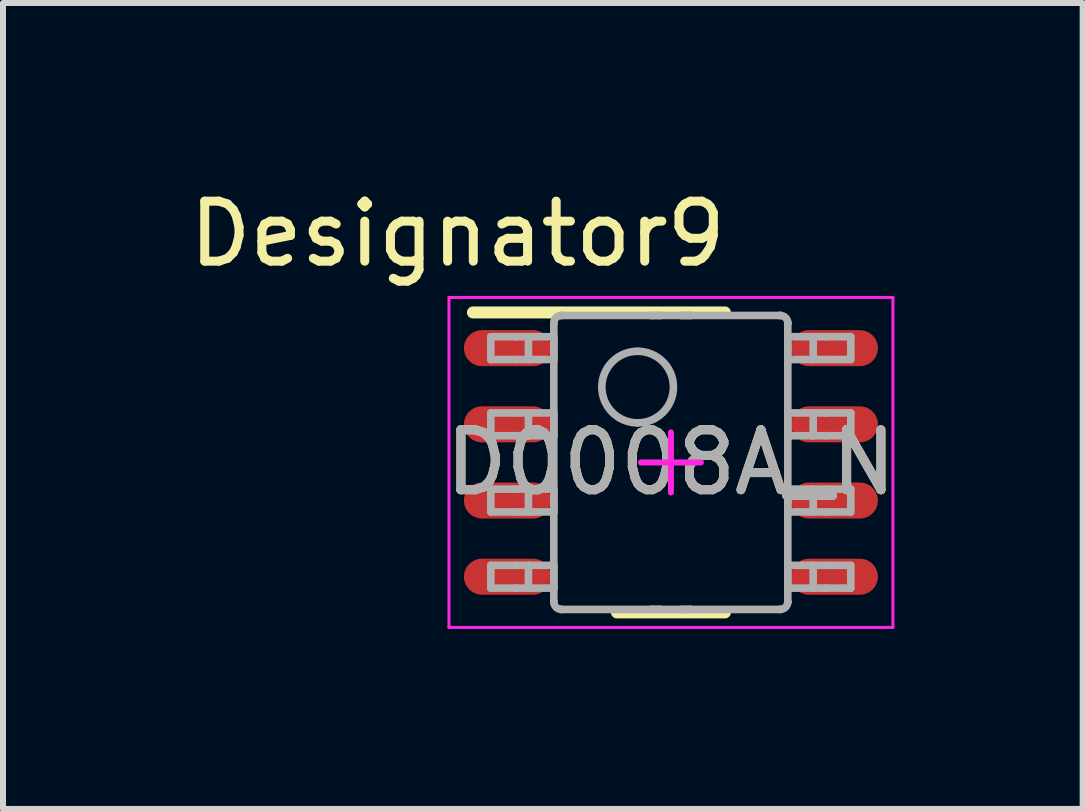
<source format=kicad_pcb>
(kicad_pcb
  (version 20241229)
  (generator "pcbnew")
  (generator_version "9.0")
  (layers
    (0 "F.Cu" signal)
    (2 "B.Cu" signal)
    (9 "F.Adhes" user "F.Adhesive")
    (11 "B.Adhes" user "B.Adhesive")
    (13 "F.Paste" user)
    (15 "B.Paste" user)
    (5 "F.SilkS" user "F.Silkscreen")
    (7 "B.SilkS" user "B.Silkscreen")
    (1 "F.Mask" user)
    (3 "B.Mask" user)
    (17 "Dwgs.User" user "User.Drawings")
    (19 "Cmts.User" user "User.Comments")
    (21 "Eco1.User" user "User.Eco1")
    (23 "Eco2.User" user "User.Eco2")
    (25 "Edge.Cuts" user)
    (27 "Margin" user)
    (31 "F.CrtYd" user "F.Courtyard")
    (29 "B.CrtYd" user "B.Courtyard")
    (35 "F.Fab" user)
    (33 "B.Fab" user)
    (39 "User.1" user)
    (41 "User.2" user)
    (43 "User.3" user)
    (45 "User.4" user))
  (footprint "D0008A_N"
    (layer "F.Cu")
    (at 8.133 4.658)
    (property "Reference" "D0008A_N" (at 0 0 0) (unlocked yes) (layer "F.SilkS") (effects (font (size 1 1) (thickness 0.15))))
    (attr smd)
    (fp_line (start -3.3 -2.5) (end 0.9 -2.5) (stroke (width 0.2) (type solid)) (layer "F.SilkS"))
    (fp_line (start -0.9 2.5) (end 0.9 2.5) (stroke (width 0.2) (type solid)) (layer "F.SilkS"))
    (fp_line (start -3.7 -2.75) (end 3.7 -2.75) (stroke (width 0.05) (type solid)) (layer "F.CrtYd"))
    (fp_line (start -3.7 2.75) (end -3.7 -2.75) (stroke (width 0.05) (type solid)) (layer "F.CrtYd"))
    (fp_line (start -3.7 2.75) (end 3.7 2.75) (stroke (width 0.05) (type solid)) (layer "F.CrtYd"))
    (fp_line (start -0.5 0) (end 0.5 0) (stroke (width 0.1) (type solid)) (layer "F.CrtYd"))
    (fp_line (start 0 0.5) (end 0 -0.5) (stroke (width 0.1) (type solid)) (layer "F.CrtYd"))
    (fp_line (start 3.7 2.75) (end 3.7 -2.75) (stroke (width 0.05) (type solid)) (layer "F.CrtYd"))
    (fp_line (start -3.002 -2.095) (end -2.589 -2.095) (stroke (width 0.127) (type solid)) (layer "F.Fab"))
    (fp_line (start -3.002 -1.715) (end -3.002 -2.095) (stroke (width 0.127) (type solid)) (layer "F.Fab"))
    (fp_line (start -3.002 -1.715) (end -2.589 -1.715) (stroke (width 0.127) (type solid)) (layer "F.Fab"))
    (fp_line (start -3.002 -0.825) (end -2.589 -0.825) (stroke (width 0.127) (type solid)) (layer "F.Fab"))
    (fp_line (start -3.002 -0.445) (end -3.002 -0.825) (stroke (width 0.127) (type solid)) (layer "F.Fab"))
    (fp_line (start -3.002 -0.445) (end -2.589 -0.445) (stroke (width 0.127) (type solid)) (layer "F.Fab"))
    (fp_line (start -3.002 0.445) (end -2.589 0.445) (stroke (width 0.127) (type solid)) (layer "F.Fab"))
    (fp_line (start -3.002 0.825) (end -3.002 0.445) (stroke (width 0.127) (type solid)) (layer "F.Fab"))
    (fp_line (start -3.002 0.825) (end -2.589 0.825) (stroke (width 0.127) (type solid)) (layer "F.Fab"))
    (fp_line (start -3.002 1.715) (end -2.589 1.715) (stroke (width 0.127) (type solid)) (layer "F.Fab"))
    (fp_line (start -3.002 2.095) (end -3.002 1.715) (stroke (width 0.127) (type solid)) (layer "F.Fab"))
    (fp_line (start -3.002 2.095) (end -2.589 2.095) (stroke (width 0.127) (type solid)) (layer "F.Fab"))
    (fp_line (start -2.589 -2.095) (end -2.375 -2.095) (stroke (width 0.127) (type solid)) (layer "F.Fab"))
    (fp_line (start -2.589 -1.715) (end -2.375 -1.715) (stroke (width 0.127) (type solid)) (layer "F.Fab"))
    (fp_line (start -2.589 -0.825) (end -2.375 -0.825) (stroke (width 0.127) (type solid)) (layer "F.Fab"))
    (fp_line (start -2.589 -0.445) (end -2.375 -0.445) (stroke (width 0.127) (type solid)) (layer "F.Fab"))
    (fp_line (start -2.589 0.445) (end -2.375 0.445) (stroke (width 0.127) (type solid)) (layer "F.Fab"))
    (fp_line (start -2.589 0.825) (end -2.375 0.825) (stroke (width 0.127) (type solid)) (layer "F.Fab"))
    (fp_line (start -2.589 1.715) (end -2.375 1.715) (stroke (width 0.127) (type solid)) (layer "F.Fab"))
    (fp_line (start -2.589 2.095) (end -2.375 2.095) (stroke (width 0.127) (type solid)) (layer "F.Fab"))
    (fp_line (start -2.375 -2.095) (end -1.995 -2.095) (stroke (width 0.127) (type solid)) (layer "F.Fab"))
    (fp_line (start -2.375 -1.715) (end -2.375 -2.095) (stroke (width 0.127) (type solid)) (layer "F.Fab"))
    (fp_line (start -2.375 -1.715) (end -1.995 -1.715) (stroke (width 0.127) (type solid)) (layer "F.Fab"))
    (fp_line (start -2.375 -0.825) (end -1.995 -0.825) (stroke (width 0.127) (type solid)) (layer "F.Fab"))
    (fp_line (start -2.375 -0.445) (end -2.375 -0.825) (stroke (width 0.127) (type solid)) (layer "F.Fab"))
    (fp_line (start -2.375 -0.445) (end -1.995 -0.445) (stroke (width 0.127) (type solid)) (layer "F.Fab"))
    (fp_line (start -2.375 0.445) (end -1.995 0.445) (stroke (width 0.127) (type solid)) (layer "F.Fab"))
    (fp_line (start -2.375 0.825) (end -2.375 0.445) (stroke (width 0.127) (type solid)) (layer "F.Fab"))
    (fp_line (start -2.375 0.825) (end -1.995 0.825) (stroke (width 0.127) (type solid)) (layer "F.Fab"))
    (fp_line (start -2.375 1.715) (end -1.995 1.715) (stroke (width 0.127) (type solid)) (layer "F.Fab"))
    (fp_line (start -2.375 2.095) (end -2.375 1.715) (stroke (width 0.127) (type solid)) (layer "F.Fab"))
    (fp_line (start -2.375 2.095) (end -1.995 2.095) (stroke (width 0.127) (type solid)) (layer "F.Fab"))
    (fp_line (start -1.995 -2.095) (end -1.952 -2.095) (stroke (width 0.127) (type solid)) (layer "F.Fab"))
    (fp_line (start -1.995 -1.715) (end -1.952 -1.715) (stroke (width 0.127) (type solid)) (layer "F.Fab"))
    (fp_line (start -1.995 -0.825) (end -1.952 -0.825) (stroke (width 0.127) (type solid)) (layer "F.Fab"))
    (fp_line (start -1.995 -0.445) (end -1.952 -0.445) (stroke (width 0.127) (type solid)) (layer "F.Fab"))
    (fp_line (start -1.995 0.445) (end -1.952 0.445) (stroke (width 0.127) (type solid)) (layer "F.Fab"))
    (fp_line (start -1.995 0.825) (end -1.952 0.825) (stroke (width 0.127) (type solid)) (layer "F.Fab"))
    (fp_line (start -1.995 1.715) (end -1.952 1.715) (stroke (width 0.127) (type solid)) (layer "F.Fab"))
    (fp_line (start -1.995 2.095) (end -1.952 2.095) (stroke (width 0.127) (type solid)) (layer "F.Fab"))
    (fp_line (start -1.952 -2.323) (end -1.952 -2.324) (stroke (width 0.127) (type solid)) (layer "F.Fab"))
    (fp_line (start -1.952 -1.715) (end -1.952 -2.095) (stroke (width 0.127) (type solid)) (layer "F.Fab"))
    (fp_line (start -1.952 -0.445) (end -1.952 -0.825) (stroke (width 0.127) (type solid)) (layer "F.Fab"))
    (fp_line (start -1.952 0.825) (end -1.952 0.445) (stroke (width 0.127) (type solid)) (layer "F.Fab"))
    (fp_line (start -1.952 2.095) (end -1.952 1.715) (stroke (width 0.127) (type solid)) (layer "F.Fab"))
    (fp_line (start -1.952 2.323) (end -1.952 -2.323) (stroke (width 0.127) (type solid)) (layer "F.Fab"))
    (fp_line (start -1.952 2.324) (end -1.952 2.323) (stroke (width 0.127) (type solid)) (layer "F.Fab"))
    (fp_line (start -1.826 -2.45) (end -1.825 -2.45) (stroke (width 0.127) (type solid)) (layer "F.Fab"))
    (fp_line (start -1.826 2.45) (end -1.825 2.45) (stroke (width 0.127) (type solid)) (layer "F.Fab"))
    (fp_line (start -1.825 -2.45) (end -0.332 -2.45) (stroke (width 0.127) (type solid)) (layer "F.Fab"))
    (fp_line (start -1.825 2.45) (end -0.332 2.45) (stroke (width 0.127) (type solid)) (layer "F.Fab"))
    (fp_line (start -0.332 -2.45) (end -0.182 -2.45) (stroke (width 0.127) (type solid)) (layer "F.Fab"))
    (fp_line (start -0.332 -2.45) (end -0.182 -2.45) (stroke (width 0.127) (type solid)) (layer "F.Fab"))
    (fp_line (start -0.332 2.45) (end -0.182 2.45) (stroke (width 0.127) (type solid)) (layer "F.Fab"))
    (fp_line (start -0.332 2.45) (end -0.182 2.45) (stroke (width 0.127) (type solid)) (layer "F.Fab"))
    (fp_line (start -0.182 -2.45) (end 0.178 -2.45) (stroke (width 0.127) (type solid)) (layer "F.Fab"))
    (fp_line (start -0.182 2.45) (end 0.178 2.45) (stroke (width 0.127) (type solid)) (layer "F.Fab"))
    (fp_line (start 0.178 -2.45) (end 0.328 -2.45) (stroke (width 0.127) (type solid)) (layer "F.Fab"))
    (fp_line (start 0.178 -2.45) (end 0.328 -2.45) (stroke (width 0.127) (type solid)) (layer "F.Fab"))
    (fp_line (start 0.178 2.45) (end 0.328 2.45) (stroke (width 0.127) (type solid)) (layer "F.Fab"))
    (fp_line (start 0.178 2.45) (end 0.328 2.45) (stroke (width 0.127) (type solid)) (layer "F.Fab"))
    (fp_line (start 0.328 -2.45) (end 1.821 -2.45) (stroke (width 0.127) (type solid)) (layer "F.Fab"))
    (fp_line (start 0.328 2.45) (end 1.821 2.45) (stroke (width 0.127) (type solid)) (layer "F.Fab"))
    (fp_line (start 1.821 -2.45) (end 1.822 -2.45) (stroke (width 0.127) (type solid)) (layer "F.Fab"))
    (fp_line (start 1.821 2.45) (end 1.822 2.45) (stroke (width 0.127) (type solid)) (layer "F.Fab"))
    (fp_line (start 1.948 -2.323) (end 1.948 -2.324) (stroke (width 0.127) (type solid)) (layer "F.Fab"))
    (fp_line (start 1.948 -2.095) (end 1.991 -2.095) (stroke (width 0.127) (type solid)) (layer "F.Fab"))
    (fp_line (start 1.948 -1.715) (end 1.948 -2.095) (stroke (width 0.127) (type solid)) (layer "F.Fab"))
    (fp_line (start 1.948 -1.715) (end 1.991 -1.715) (stroke (width 0.127) (type solid)) (layer "F.Fab"))
    (fp_line (start 1.948 -0.825) (end 1.991 -0.825) (stroke (width 0.127) (type solid)) (layer "F.Fab"))
    (fp_line (start 1.948 -0.445) (end 1.948 -0.825) (stroke (width 0.127) (type solid)) (layer "F.Fab"))
    (fp_line (start 1.948 -0.445) (end 1.991 -0.445) (stroke (width 0.127) (type solid)) (layer "F.Fab"))
    (fp_line (start 1.948 0.445) (end 1.991 0.445) (stroke (width 0.127) (type solid)) (layer "F.Fab"))
    (fp_line (start 1.948 0.825) (end 1.948 0.445) (stroke (width 0.127) (type solid)) (layer "F.Fab"))
    (fp_line (start 1.948 0.825) (end 1.991 0.825) (stroke (width 0.127) (type solid)) (layer "F.Fab"))
    (fp_line (start 1.948 1.715) (end 1.991 1.715) (stroke (width 0.127) (type solid)) (layer "F.Fab"))
    (fp_line (start 1.948 2.095) (end 1.948 1.715) (stroke (width 0.127) (type solid)) (layer "F.Fab"))
    (fp_line (start 1.948 2.095) (end 1.991 2.095) (stroke (width 0.127) (type solid)) (layer "F.Fab"))
    (fp_line (start 1.948 2.323) (end 1.948 -2.323) (stroke (width 0.127) (type solid)) (layer "F.Fab"))
    (fp_line (start 1.948 2.324) (end 1.948 2.323) (stroke (width 0.127) (type solid)) (layer "F.Fab"))
    (fp_line (start 1.991 -2.095) (end 2.371 -2.095) (stroke (width 0.127) (type solid)) (layer "F.Fab"))
    (fp_line (start 1.991 -1.715) (end 2.371 -1.715) (stroke (width 0.127) (type solid)) (layer "F.Fab"))
    (fp_line (start 1.991 -0.825) (end 2.371 -0.825) (stroke (width 0.127) (type solid)) (layer "F.Fab"))
    (fp_line (start 1.991 -0.445) (end 2.371 -0.445) (stroke (width 0.127) (type solid)) (layer "F.Fab"))
    (fp_line (start 1.991 0.445) (end 2.371 0.445) (stroke (width 0.127) (type solid)) (layer "F.Fab"))
    (fp_line (start 1.991 0.825) (end 2.371 0.825) (stroke (width 0.127) (type solid)) (layer "F.Fab"))
    (fp_line (start 1.991 1.715) (end 2.371 1.715) (stroke (width 0.127) (type solid)) (layer "F.Fab"))
    (fp_line (start 1.991 2.095) (end 2.371 2.095) (stroke (width 0.127) (type solid)) (layer "F.Fab"))
    (fp_line (start 2.371 -2.095) (end 2.585 -2.095) (stroke (width 0.127) (type solid)) (layer "F.Fab"))
    (fp_line (start 2.371 -1.715) (end 2.371 -2.095) (stroke (width 0.127) (type solid)) (layer "F.Fab"))
    (fp_line (start 2.371 -1.715) (end 2.585 -1.715) (stroke (width 0.127) (type solid)) (layer "F.Fab"))
    (fp_line (start 2.371 -0.825) (end 2.585 -0.825) (stroke (width 0.127) (type solid)) (layer "F.Fab"))
    (fp_line (start 2.371 -0.445) (end 2.371 -0.825) (stroke (width 0.127) (type solid)) (layer "F.Fab"))
    (fp_line (start 2.371 -0.445) (end 2.585 -0.445) (stroke (width 0.127) (type solid)) (layer "F.Fab"))
    (fp_line (start 2.371 0.445) (end 2.585 0.445) (stroke (width 0.127) (type solid)) (layer "F.Fab"))
    (fp_line (start 2.371 0.825) (end 2.371 0.445) (stroke (width 0.127) (type solid)) (layer "F.Fab"))
    (fp_line (start 2.371 0.825) (end 2.585 0.825) (stroke (width 0.127) (type solid)) (layer "F.Fab"))
    (fp_line (start 2.371 1.715) (end 2.585 1.715) (stroke (width 0.127) (type solid)) (layer "F.Fab"))
    (fp_line (start 2.371 2.095) (end 2.371 1.715) (stroke (width 0.127) (type solid)) (layer "F.Fab"))
    (fp_line (start 2.371 2.095) (end 2.585 2.095) (stroke (width 0.127) (type solid)) (layer "F.Fab"))
    (fp_line (start 2.585 -2.095) (end 2.998 -2.095) (stroke (width 0.127) (type solid)) (layer "F.Fab"))
    (fp_line (start 2.585 -1.715) (end 2.998 -1.715) (stroke (width 0.127) (type solid)) (layer "F.Fab"))
    (fp_line (start 2.585 -0.825) (end 2.998 -0.825) (stroke (width 0.127) (type solid)) (layer "F.Fab"))
    (fp_line (start 2.585 -0.445) (end 2.998 -0.445) (stroke (width 0.127) (type solid)) (layer "F.Fab"))
    (fp_line (start 2.585 0.445) (end 2.998 0.445) (stroke (width 0.127) (type solid)) (layer "F.Fab"))
    (fp_line (start 2.585 0.825) (end 2.998 0.825) (stroke (width 0.127) (type solid)) (layer "F.Fab"))
    (fp_line (start 2.585 1.715) (end 2.998 1.715) (stroke (width 0.127) (type solid)) (layer "F.Fab"))
    (fp_line (start 2.585 2.095) (end 2.998 2.095) (stroke (width 0.127) (type solid)) (layer "F.Fab"))
    (fp_line (start 2.998 -1.715) (end 2.998 -2.095) (stroke (width 0.127) (type solid)) (layer "F.Fab"))
    (fp_line (start 2.998 -0.445) (end 2.998 -0.825) (stroke (width 0.127) (type solid)) (layer "F.Fab"))
    (fp_line (start 2.998 0.825) (end 2.998 0.445) (stroke (width 0.127) (type solid)) (layer "F.Fab"))
    (fp_line (start 2.998 2.095) (end 2.998 1.715) (stroke (width 0.127) (type solid)) (layer "F.Fab"))
    (fp_arc (start -1.952002 -2.323941) (mid -1.914806 -2.412806) (end -1.825941 -2.450002) (stroke (width 0.127) (type solid)) (layer "F.Fab"))
    (fp_arc (start -1.825941 2.449992) (mid -1.914806 2.412795) (end -1.952002 2.323931) (stroke (width 0.127) (type solid)) (layer "F.Fab"))
    (fp_arc (start -0.555 -1.8531) (mid 0.0419 -1.2562) (end -0.555 -0.6593) (stroke (width 0.127) (type solid)) (layer "F.Fab"))
    (fp_arc (start -0.555 -0.6593) (mid -1.1519 -1.2562) (end -0.555 -1.8531) (stroke (width 0.127) (type solid)) (layer "F.Fab"))
    (fp_arc (start 1.821933 -2.450002) (mid 1.910797 -2.412806) (end 1.947994 -2.323941) (stroke (width 0.127) (type solid)) (layer "F.Fab"))
    (fp_arc (start 1.947994 2.323931) (mid 1.910797 2.412795) (end 1.821933 2.449992) (stroke (width 0.127) (type solid)) (layer "F.Fab"))
    (fp_text user "Designator9" (at -3.556 -3.81 0) (unlocked yes) (layer "F.SilkS") (effects (font (size 1 1) (thickness 0.15))))
    (fp_text user "${REFERENCE}" (at 0 0 0) (unlocked yes) (layer "F.Fab") (effects (font (size 1 1) (thickness 0.15))))
    (pad "1" smd oval (at -2.725 -1.905 90) (size 0.6 1.45) (layers "F.Cu" "F.Mask" "F.Paste"))
    (pad "2" smd oval (at -2.725 -0.635 90) (size 0.6 1.45) (layers "F.Cu" "F.Mask" "F.Paste"))
    (pad "3" smd oval (at -2.725 0.635 90) (size 0.6 1.45) (layers "F.Cu" "F.Mask" "F.Paste"))
    (pad "4" smd oval (at -2.725 1.905 90) (size 0.6 1.45) (layers "F.Cu" "F.Mask" "F.Paste"))
    (pad "5" smd oval (at 2.725 1.905 90) (size 0.6 1.45) (layers "F.Cu" "F.Mask" "F.Paste"))
    (pad "6" smd oval (at 2.725 0.635 90) (size 0.6 1.45) (layers "F.Cu" "F.Mask" "F.Paste"))
    (pad "7" smd oval (at 2.725 -0.635 90) (size 0.6 1.45) (layers "F.Cu" "F.Mask" "F.Paste"))
    (pad "8" smd oval (at 2.725 -1.905 90) (size 0.6 1.45) (layers "F.Cu" "F.Mask" "F.Paste")))
  (gr_rect
    (start -3 -3)
    (end 14.996 10.433)
    (stroke (width 0.1) (type default))
    (fill no)
    (layer "Edge.Cuts")))
</source>
